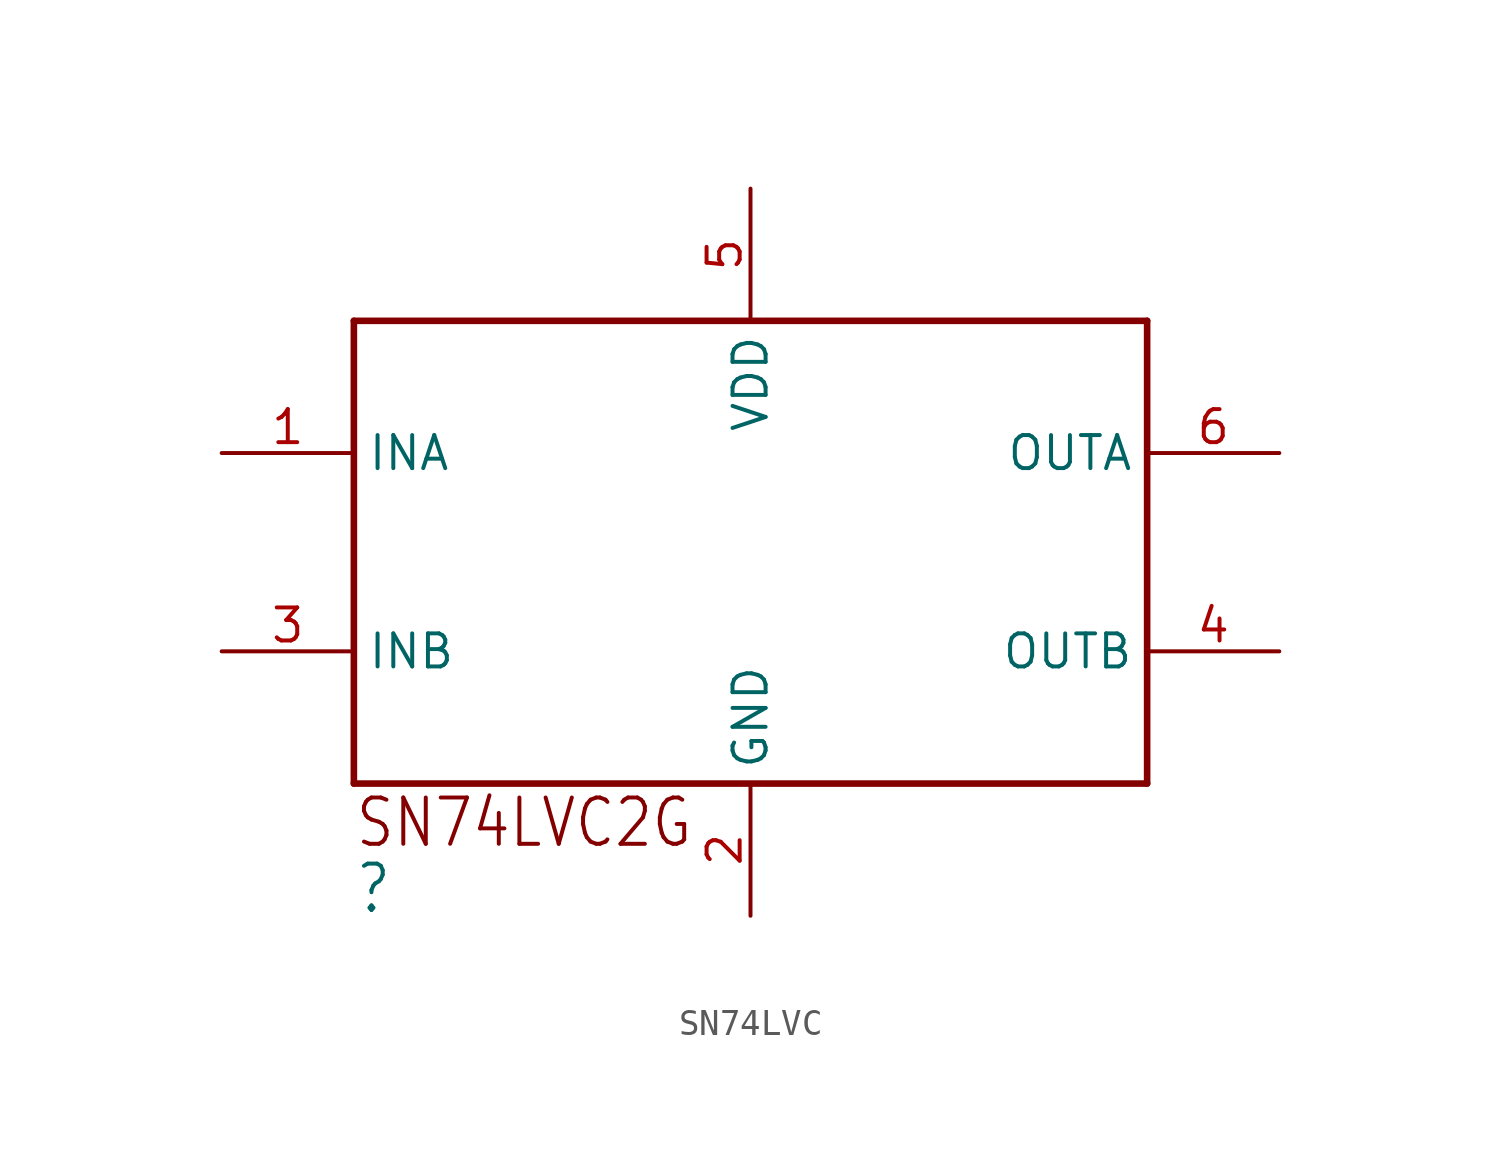
<source format=kicad_sym>
(kicad_symbol_lib
  (version 20220331)
  (generator kicad_symbol_editor)
  (symbol "SN74LVC"
    (property "Reference" ""
      (at 0 -5.08 0)
      (effects (font (size 1.778 1.511)) (justify left bottom)))
    (property "ki_locked" ""
      (at 0 0 0)
      (effects (font (size 1.27 1.27))))
    (symbol "SN74LVC_1_0"
      (polyline (pts (xy 0 0) (xy 30.48 0)) (stroke (width 0.254) (type solid)) (fill (type none)))
      (polyline (pts (xy 0 17.78) (xy 0 0)) (stroke (width 0.254) (type solid)) (fill (type none)))
      (polyline (pts (xy 30.48 0) (xy 30.48 17.78)) (stroke (width 0.254) (type solid)) (fill (type none)))
      (polyline (pts (xy 30.48 17.78) (xy 0 17.78)) (stroke (width 0.254) (type solid)) (fill (type none)))
      (text "SN74LVC2G" (at 0 -2.54 0) (effects (font (size 1.778 1.511)) (justify left bottom)))
      (pin bidirectional line (at -5.08 12.7 0) (length 5.08) (name "INA" (effects (font (size 1.27 1.27)))) (number "1" (effects (font (size 1.27 1.27)))))
      (pin bidirectional line (at 15.24 -5.08 90) (length 5.08) (name "GND" (effects (font (size 1.27 1.27)))) (number "2" (effects (font (size 1.27 1.27)))))
      (pin bidirectional line (at -5.08 5.08 0) (length 5.08) (name "INB" (effects (font (size 1.27 1.27)))) (number "3" (effects (font (size 1.27 1.27)))))
      (pin bidirectional line (at 35.56 5.08 180) (length 5.08) (name "OUTB" (effects (font (size 1.27 1.27)))) (number "4" (effects (font (size 1.27 1.27)))))
      (pin bidirectional line (at 15.24 22.86 270) (length 5.08) (name "VDD" (effects (font (size 1.27 1.27)))) (number "5" (effects (font (size 1.27 1.27)))))
      (pin bidirectional line (at 35.56 12.7 180) (length 5.08) (name "OUTA" (effects (font (size 1.27 1.27)))) (number "6" (effects (font (size 1.27 1.27))))))))
</source>
